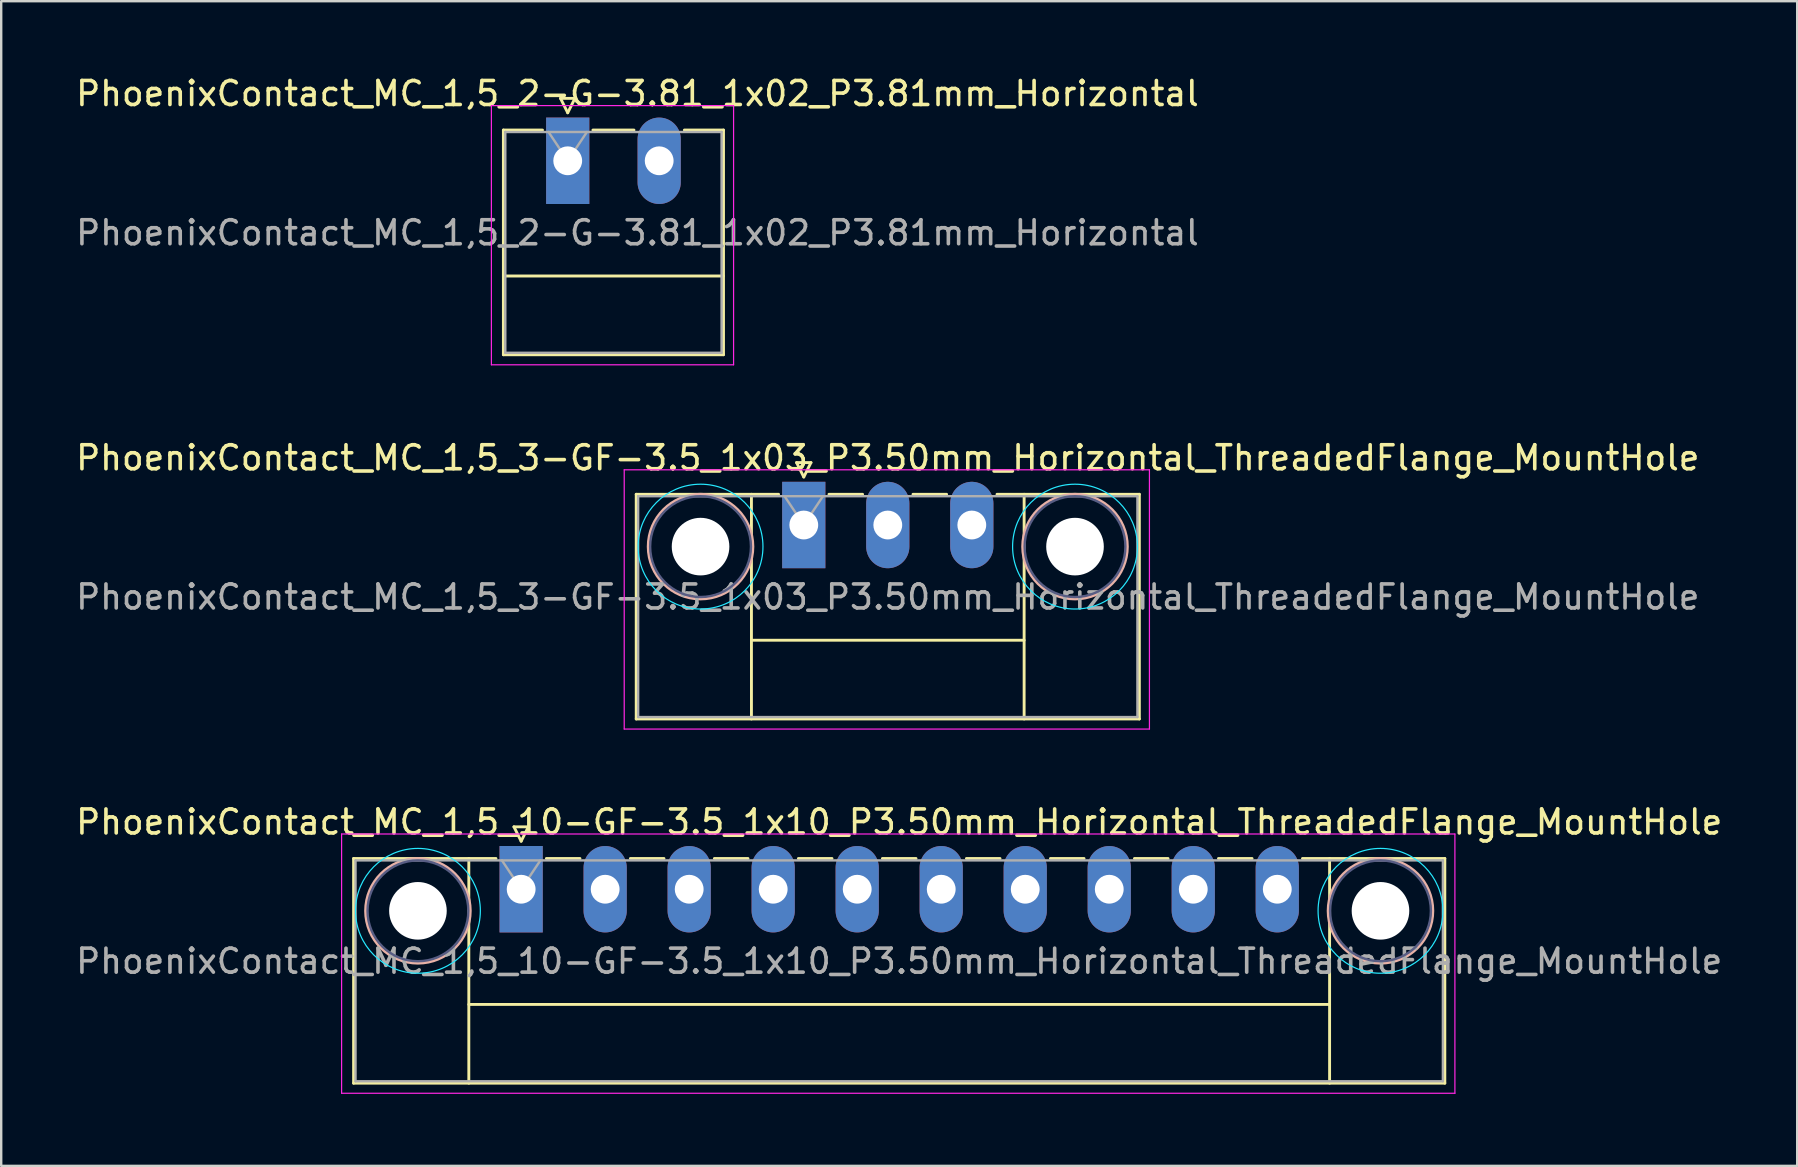
<source format=kicad_pcb>
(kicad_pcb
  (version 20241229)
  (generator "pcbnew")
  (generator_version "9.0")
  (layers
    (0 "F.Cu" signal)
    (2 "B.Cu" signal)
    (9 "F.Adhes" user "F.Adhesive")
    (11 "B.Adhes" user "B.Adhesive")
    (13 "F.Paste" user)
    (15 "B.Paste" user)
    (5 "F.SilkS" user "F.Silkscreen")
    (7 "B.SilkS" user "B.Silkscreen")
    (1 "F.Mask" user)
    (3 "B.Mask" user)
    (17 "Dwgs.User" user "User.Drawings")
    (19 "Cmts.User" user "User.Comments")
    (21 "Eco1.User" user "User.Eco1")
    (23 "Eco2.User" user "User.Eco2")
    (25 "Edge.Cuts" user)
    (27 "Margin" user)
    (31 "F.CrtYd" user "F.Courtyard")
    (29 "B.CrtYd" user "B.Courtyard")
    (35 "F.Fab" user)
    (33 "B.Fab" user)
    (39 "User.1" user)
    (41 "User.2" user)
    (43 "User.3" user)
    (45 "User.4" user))
  (footprint "PhoenixContact_MC_1,5_3-GF-3.5_1x03_P3.50mm_Horizontal_ThreadedFlange_MountHole"
    (layer "F.Cu")
    (at 30.435 18.822)
    (property "Reference" "PhoenixContact_MC_1,5_3-GF-3.5_1x03_P3.50mm_Horizontal_ThreadedFlange_MountHole" (at 3.5 -2.8 0) (layer "F.SilkS") (effects (font (size 1 1) (thickness 0.15))))
    (attr through_hole)
    (fp_line (start -6.98 -1.28) (end -6.98 8.08) (stroke (width 0.12) (type solid)) (layer "F.SilkS"))
    (fp_line (start -6.98 -1.28) (end -1.05 -1.28) (stroke (width 0.12) (type solid)) (layer "F.SilkS"))
    (fp_line (start -6.98 8.08) (end 13.98 8.08) (stroke (width 0.12) (type solid)) (layer "F.SilkS"))
    (fp_line (start -2.18 -1.28) (end -2.18 8.08) (stroke (width 0.12) (type solid)) (layer "F.SilkS"))
    (fp_line (start -2.18 4.8) (end 9.18 4.8) (stroke (width 0.12) (type solid)) (layer "F.SilkS"))
    (fp_line (start -0.3 -2.6) (end 0.3 -2.6) (stroke (width 0.12) (type solid)) (layer "F.SilkS"))
    (fp_line (start 0 -2) (end -0.3 -2.6) (stroke (width 0.12) (type solid)) (layer "F.SilkS"))
    (fp_line (start 0.3 -2.6) (end 0 -2) (stroke (width 0.12) (type solid)) (layer "F.SilkS"))
    (fp_line (start 1.05 -1.28) (end 2.45 -1.28) (stroke (width 0.12) (type solid)) (layer "F.SilkS"))
    (fp_line (start 4.55 -1.28) (end 5.95 -1.28) (stroke (width 0.12) (type solid)) (layer "F.SilkS"))
    (fp_line (start 9.18 -1.28) (end 9.18 8.08) (stroke (width 0.12) (type solid)) (layer "F.SilkS"))
    (fp_line (start 13.98 -1.28) (end 8.05 -1.28) (stroke (width 0.12) (type solid)) (layer "F.SilkS"))
    (fp_line (start 13.98 8.08) (end 13.98 -1.28) (stroke (width 0.12) (type solid)) (layer "F.SilkS"))
    (fp_circle (center -4.3 0.9) (end -2.12 0.9) (stroke (width 0.12) (type solid)) (fill no) (layer "B.SilkS"))
    (fp_circle (center 11.3 0.9) (end 13.48 0.9) (stroke (width 0.12) (type solid)) (fill no) (layer "B.SilkS"))
    (fp_circle (center -4.3 0.9) (end -1.7 0.9) (stroke (width 0.05) (type solid)) (fill no) (layer "B.CrtYd"))
    (fp_circle (center 11.3 0.9) (end 13.9 0.9) (stroke (width 0.05) (type solid)) (fill no) (layer "B.CrtYd"))
    (fp_line (start -7.48 -2.3) (end -7.48 8.5) (stroke (width 0.05) (type solid)) (layer "F.CrtYd"))
    (fp_line (start -7.48 8.5) (end 14.4 8.5) (stroke (width 0.05) (type solid)) (layer "F.CrtYd"))
    (fp_line (start 14.4 -2.3) (end -7.48 -2.3) (stroke (width 0.05) (type solid)) (layer "F.CrtYd"))
    (fp_line (start 14.4 8.5) (end 14.4 -2.3) (stroke (width 0.05) (type solid)) (layer "F.CrtYd"))
    (fp_circle (center -4.3 0.9) (end -2.2 0.9) (stroke (width 0.1) (type solid)) (fill no) (layer "B.Fab"))
    (fp_circle (center 11.3 0.9) (end 13.4 0.9) (stroke (width 0.1) (type solid)) (fill no) (layer "B.Fab"))
    (fp_line (start -6.9 -1.2) (end -6.9 8) (stroke (width 0.1) (type solid)) (layer "F.Fab"))
    (fp_line (start -6.9 8) (end 13.9 8) (stroke (width 0.1) (type solid)) (layer "F.Fab"))
    (fp_line (start 0 0) (end -0.8 -1.2) (stroke (width 0.1) (type solid)) (layer "F.Fab"))
    (fp_line (start 0.8 -1.2) (end 0 0) (stroke (width 0.1) (type solid)) (layer "F.Fab"))
    (fp_line (start 13.9 -1.2) (end -6.9 -1.2) (stroke (width 0.1) (type solid)) (layer "F.Fab"))
    (fp_line (start 13.9 8) (end 13.9 -1.2) (stroke (width 0.1) (type solid)) (layer "F.Fab"))
    (fp_text user "${REFERENCE}" (at 3.5 3 0) (layer "F.Fab") (effects (font (size 1 1) (thickness 0.15))))
    (pad "" np_thru_hole circle (at -4.3 0.9) (size 2.4 2.4) (drill 2.4) (layers "*.Cu" "*.Mask"))
    (pad "" np_thru_hole circle (at 11.3 0.9) (size 2.4 2.4) (drill 2.4) (layers "*.Cu" "*.Mask"))
    (pad "1" thru_hole rect (at 0 0) (size 1.8 3.6) (drill 1.2) (layers "*.Cu" "*.Mask"))
    (pad "2" thru_hole oval (at 3.5 0) (size 1.8 3.6) (drill 1.2) (layers "*.Cu" "*.Mask"))
    (pad "3" thru_hole oval (at 7 0) (size 1.8 3.6) (drill 1.2) (layers "*.Cu" "*.Mask")))
  (footprint "PhoenixContact_MC_1,5_10-GF-3.5_1x10_P3.50mm_Horizontal_ThreadedFlange_MountHole"
    (layer "F.Cu")
    (at 18.661 33.995)
    (property "Reference" "PhoenixContact_MC_1,5_10-GF-3.5_1x10_P3.50mm_Horizontal_ThreadedFlange_MountHole" (at 15.75 -2.8 0) (layer "F.SilkS") (effects (font (size 1 1) (thickness 0.15))))
    (attr through_hole)
    (fp_line (start -6.98 -1.28) (end -6.98 8.08) (stroke (width 0.12) (type solid)) (layer "F.SilkS"))
    (fp_line (start -6.98 -1.28) (end -1.05 -1.28) (stroke (width 0.12) (type solid)) (layer "F.SilkS"))
    (fp_line (start -6.98 8.08) (end 38.48 8.08) (stroke (width 0.12) (type solid)) (layer "F.SilkS"))
    (fp_line (start -2.18 -1.28) (end -2.18 8.08) (stroke (width 0.12) (type solid)) (layer "F.SilkS"))
    (fp_line (start -2.18 4.8) (end 33.68 4.8) (stroke (width 0.12) (type solid)) (layer "F.SilkS"))
    (fp_line (start -0.3 -2.6) (end 0.3 -2.6) (stroke (width 0.12) (type solid)) (layer "F.SilkS"))
    (fp_line (start 0 -2) (end -0.3 -2.6) (stroke (width 0.12) (type solid)) (layer "F.SilkS"))
    (fp_line (start 0.3 -2.6) (end 0 -2) (stroke (width 0.12) (type solid)) (layer "F.SilkS"))
    (fp_line (start 1.05 -1.28) (end 2.45 -1.28) (stroke (width 0.12) (type solid)) (layer "F.SilkS"))
    (fp_line (start 4.55 -1.28) (end 5.95 -1.28) (stroke (width 0.12) (type solid)) (layer "F.SilkS"))
    (fp_line (start 8.05 -1.28) (end 9.45 -1.28) (stroke (width 0.12) (type solid)) (layer "F.SilkS"))
    (fp_line (start 11.55 -1.28) (end 12.95 -1.28) (stroke (width 0.12) (type solid)) (layer "F.SilkS"))
    (fp_line (start 15.05 -1.28) (end 16.45 -1.28) (stroke (width 0.12) (type solid)) (layer "F.SilkS"))
    (fp_line (start 18.55 -1.28) (end 19.95 -1.28) (stroke (width 0.12) (type solid)) (layer "F.SilkS"))
    (fp_line (start 22.05 -1.28) (end 23.45 -1.28) (stroke (width 0.12) (type solid)) (layer "F.SilkS"))
    (fp_line (start 25.55 -1.28) (end 26.95 -1.28) (stroke (width 0.12) (type solid)) (layer "F.SilkS"))
    (fp_line (start 29.05 -1.28) (end 30.45 -1.28) (stroke (width 0.12) (type solid)) (layer "F.SilkS"))
    (fp_line (start 33.68 -1.28) (end 33.68 8.08) (stroke (width 0.12) (type solid)) (layer "F.SilkS"))
    (fp_line (start 38.48 -1.28) (end 32.55 -1.28) (stroke (width 0.12) (type solid)) (layer "F.SilkS"))
    (fp_line (start 38.48 8.08) (end 38.48 -1.28) (stroke (width 0.12) (type solid)) (layer "F.SilkS"))
    (fp_circle (center -4.3 0.9) (end -2.12 0.9) (stroke (width 0.12) (type solid)) (fill no) (layer "B.SilkS"))
    (fp_circle (center 35.8 0.9) (end 37.98 0.9) (stroke (width 0.12) (type solid)) (fill no) (layer "B.SilkS"))
    (fp_circle (center -4.3 0.9) (end -1.7 0.9) (stroke (width 0.05) (type solid)) (fill no) (layer "B.CrtYd"))
    (fp_circle (center 35.8 0.9) (end 38.4 0.9) (stroke (width 0.05) (type solid)) (fill no) (layer "B.CrtYd"))
    (fp_line (start -7.48 -2.3) (end -7.48 8.5) (stroke (width 0.05) (type solid)) (layer "F.CrtYd"))
    (fp_line (start -7.48 8.5) (end 38.9 8.5) (stroke (width 0.05) (type solid)) (layer "F.CrtYd"))
    (fp_line (start 38.9 -2.3) (end -7.48 -2.3) (stroke (width 0.05) (type solid)) (layer "F.CrtYd"))
    (fp_line (start 38.9 8.5) (end 38.9 -2.3) (stroke (width 0.05) (type solid)) (layer "F.CrtYd"))
    (fp_circle (center -4.3 0.9) (end -2.2 0.9) (stroke (width 0.1) (type solid)) (fill no) (layer "B.Fab"))
    (fp_circle (center 35.8 0.9) (end 37.9 0.9) (stroke (width 0.1) (type solid)) (fill no) (layer "B.Fab"))
    (fp_line (start -6.9 -1.2) (end -6.9 8) (stroke (width 0.1) (type solid)) (layer "F.Fab"))
    (fp_line (start -6.9 8) (end 38.4 8) (stroke (width 0.1) (type solid)) (layer "F.Fab"))
    (fp_line (start 0 0) (end -0.8 -1.2) (stroke (width 0.1) (type solid)) (layer "F.Fab"))
    (fp_line (start 0.8 -1.2) (end 0 0) (stroke (width 0.1) (type solid)) (layer "F.Fab"))
    (fp_line (start 38.4 -1.2) (end -6.9 -1.2) (stroke (width 0.1) (type solid)) (layer "F.Fab"))
    (fp_line (start 38.4 8) (end 38.4 -1.2) (stroke (width 0.1) (type solid)) (layer "F.Fab"))
    (fp_text user "${REFERENCE}" (at 15.75 3 0) (layer "F.Fab") (effects (font (size 1 1) (thickness 0.15))))
    (pad "" np_thru_hole circle (at -4.3 0.9) (size 2.4 2.4) (drill 2.4) (layers "*.Cu" "*.Mask"))
    (pad "" np_thru_hole circle (at 35.8 0.9) (size 2.4 2.4) (drill 2.4) (layers "*.Cu" "*.Mask"))
    (pad "1" thru_hole rect (at 0 0) (size 1.8 3.6) (drill 1.2) (layers "*.Cu" "*.Mask"))
    (pad "2" thru_hole oval (at 3.5 0) (size 1.8 3.6) (drill 1.2) (layers "*.Cu" "*.Mask"))
    (pad "3" thru_hole oval (at 7 0) (size 1.8 3.6) (drill 1.2) (layers "*.Cu" "*.Mask"))
    (pad "4" thru_hole oval (at 10.5 0) (size 1.8 3.6) (drill 1.2) (layers "*.Cu" "*.Mask"))
    (pad "5" thru_hole oval (at 14 0) (size 1.8 3.6) (drill 1.2) (layers "*.Cu" "*.Mask"))
    (pad "6" thru_hole oval (at 17.5 0) (size 1.8 3.6) (drill 1.2) (layers "*.Cu" "*.Mask"))
    (pad "7" thru_hole oval (at 21 0) (size 1.8 3.6) (drill 1.2) (layers "*.Cu" "*.Mask"))
    (pad "8" thru_hole oval (at 24.5 0) (size 1.8 3.6) (drill 1.2) (layers "*.Cu" "*.Mask"))
    (pad "9" thru_hole oval (at 28 0) (size 1.8 3.6) (drill 1.2) (layers "*.Cu" "*.Mask"))
    (pad "10" thru_hole oval (at 31.5 0) (size 1.8 3.6) (drill 1.2) (layers "*.Cu" "*.Mask")))
  (footprint "PhoenixContact_MC_1,5_2-G-3.81_1x02_P3.81mm_Horizontal"
    (layer "F.Cu")
    (at 20.601 3.648)
    (property "Reference" "PhoenixContact_MC_1,5_2-G-3.81_1x02_P3.81mm_Horizontal" (at 2.905 -2.8 0) (layer "F.SilkS") (effects (font (size 1 1) (thickness 0.15))))
    (attr through_hole)
    (fp_line (start -2.68 -1.28) (end -2.68 8.08) (stroke (width 0.12) (type solid)) (layer "F.SilkS"))
    (fp_line (start -2.68 -1.28) (end -1.05 -1.28) (stroke (width 0.12) (type solid)) (layer "F.SilkS"))
    (fp_line (start -2.68 4.8) (end 6.49 4.8) (stroke (width 0.12) (type solid)) (layer "F.SilkS"))
    (fp_line (start -2.68 8.08) (end 6.49 8.08) (stroke (width 0.12) (type solid)) (layer "F.SilkS"))
    (fp_line (start -0.3 -2.6) (end 0.3 -2.6) (stroke (width 0.12) (type solid)) (layer "F.SilkS"))
    (fp_line (start 0 -2) (end -0.3 -2.6) (stroke (width 0.12) (type solid)) (layer "F.SilkS"))
    (fp_line (start 0.3 -2.6) (end 0 -2) (stroke (width 0.12) (type solid)) (layer "F.SilkS"))
    (fp_line (start 1.05 -1.28) (end 2.76 -1.28) (stroke (width 0.12) (type solid)) (layer "F.SilkS"))
    (fp_line (start 6.49 -1.28) (end 4.86 -1.28) (stroke (width 0.12) (type solid)) (layer "F.SilkS"))
    (fp_line (start 6.49 8.08) (end 6.49 -1.28) (stroke (width 0.12) (type solid)) (layer "F.SilkS"))
    (fp_line (start -3.18 -2.3) (end -3.18 8.5) (stroke (width 0.05) (type solid)) (layer "F.CrtYd"))
    (fp_line (start -3.18 8.5) (end 6.91 8.5) (stroke (width 0.05) (type solid)) (layer "F.CrtYd"))
    (fp_line (start 6.91 -2.3) (end -3.18 -2.3) (stroke (width 0.05) (type solid)) (layer "F.CrtYd"))
    (fp_line (start 6.91 8.5) (end 6.91 -2.3) (stroke (width 0.05) (type solid)) (layer "F.CrtYd"))
    (fp_line (start -2.6 -1.2) (end -2.6 8) (stroke (width 0.1) (type solid)) (layer "F.Fab"))
    (fp_line (start -2.6 8) (end 6.41 8) (stroke (width 0.1) (type solid)) (layer "F.Fab"))
    (fp_line (start 0 0) (end -0.8 -1.2) (stroke (width 0.1) (type solid)) (layer "F.Fab"))
    (fp_line (start 0.8 -1.2) (end 0 0) (stroke (width 0.1) (type solid)) (layer "F.Fab"))
    (fp_line (start 6.41 -1.2) (end -2.6 -1.2) (stroke (width 0.1) (type solid)) (layer "F.Fab"))
    (fp_line (start 6.41 8) (end 6.41 -1.2) (stroke (width 0.1) (type solid)) (layer "F.Fab"))
    (fp_text user "${REFERENCE}" (at 2.905 3 0) (layer "F.Fab") (effects (font (size 1 1) (thickness 0.15))))
    (pad "1" thru_hole rect (at 0 0) (size 1.8 3.6) (drill 1.2) (layers "*.Cu" "*.Mask"))
    (pad "2" thru_hole oval (at 3.81 0) (size 1.8 3.6) (drill 1.2) (layers "*.Cu" "*.Mask")))
  (gr_rect
    (start -3 -3)
    (end 71.821 45.52)
    (stroke (width 0.1) (type default))
    (fill no)
    (layer "Edge.Cuts")))
</source>
